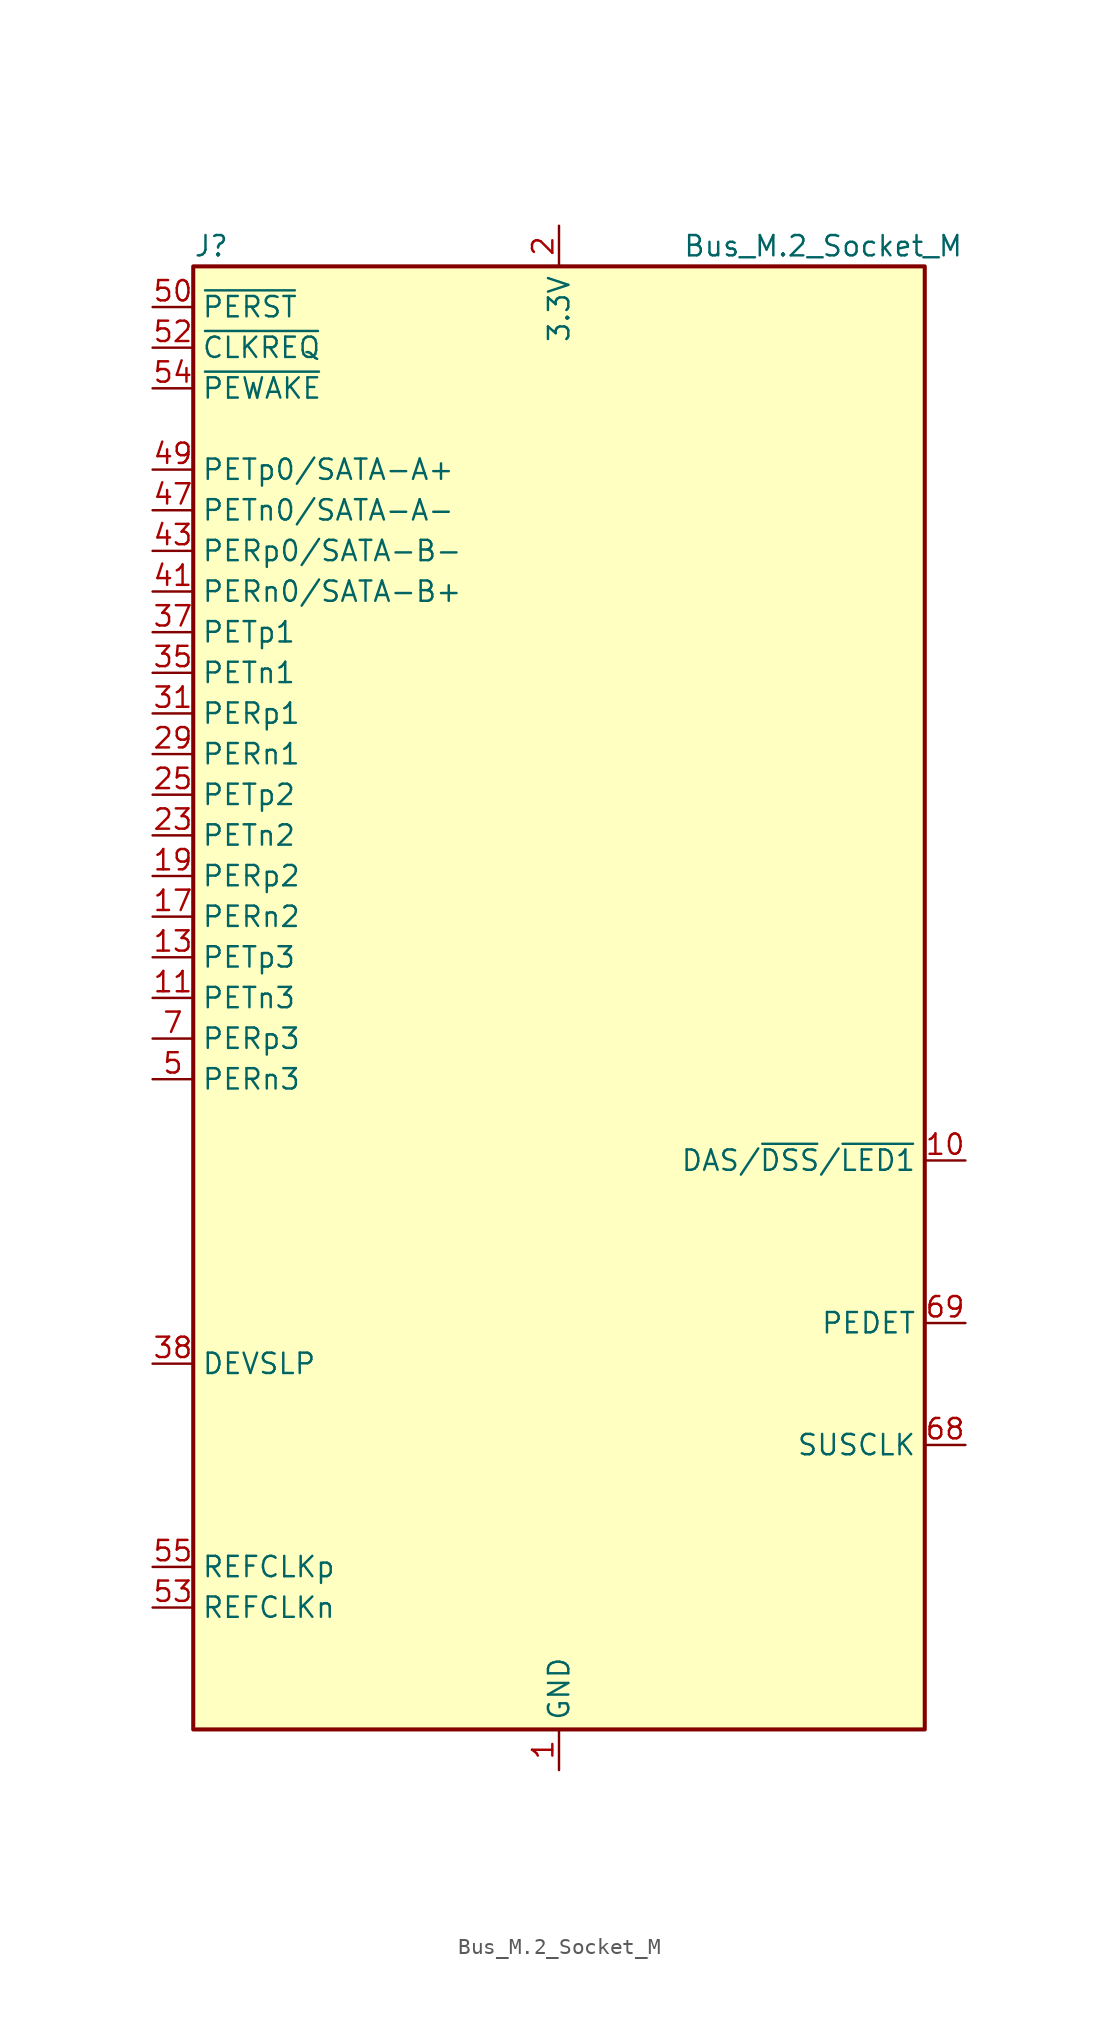
<source format=kicad_sym>
(kicad_symbol_lib
  (version 20220914)
  (generator kicad_symbol_editor)
  (symbol "Bus_M.2_Socket_M"
    (property "Reference" "J"
      (at -22.86 46.99 0)
      (effects (font (size 1.27 1.27)) (justify left)))
    (property "Value" "Bus_M.2_Socket_M"
      (at 16.51 46.99 0)
      (effects (font (size 1.27 1.27))))
    (symbol "Bus_M.2_Socket_M_0_1"
      (rectangle (start -22.86 45.72) (end 22.86 -45.72) (stroke (width 0.254) (type default)) (fill (type background))))
    (symbol "Bus_M.2_Socket_M_1_1"
      (pin power_in line (at 0 -48.26 90) (length 2.54) (name "GND" (effects (font (size 1.27 1.27)))) (number "1" (effects (font (size 1.27 1.27)))))
      (pin bidirectional line (at 25.4 -10.16 180) (length 2.54) (name "DAS/~{DSS}/~{LED1}" (effects (font (size 1.27 1.27)))) (number "10" (effects (font (size 1.27 1.27)))))
      (pin output line (at -25.4 0 0) (length 2.54) (name "PETn3" (effects (font (size 1.27 1.27)))) (number "11" (effects (font (size 1.27 1.27)))))
      (pin passive line (at 0 48.26 270) (length 2.54) hide (name "3.3V" (effects (font (size 1.27 1.27)))) (number "12" (effects (font (size 1.27 1.27)))))
      (pin output line (at -25.4 2.54 0) (length 2.54) (name "PETp3" (effects (font (size 1.27 1.27)))) (number "13" (effects (font (size 1.27 1.27)))))
      (pin passive line (at 0 48.26 270) (length 2.54) hide (name "3.3V" (effects (font (size 1.27 1.27)))) (number "14" (effects (font (size 1.27 1.27)))))
      (pin passive line (at 0 -48.26 90) (length 2.54) hide (name "GND" (effects (font (size 1.27 1.27)))) (number "15" (effects (font (size 1.27 1.27)))))
      (pin passive line (at 0 48.26 270) (length 2.54) hide (name "3.3V" (effects (font (size 1.27 1.27)))) (number "16" (effects (font (size 1.27 1.27)))))
      (pin input line (at -25.4 5.08 0) (length 2.54) (name "PERn2" (effects (font (size 1.27 1.27)))) (number "17" (effects (font (size 1.27 1.27)))))
      (pin passive line (at 0 48.26 270) (length 2.54) hide (name "3.3V" (effects (font (size 1.27 1.27)))) (number "18" (effects (font (size 1.27 1.27)))))
      (pin input line (at -25.4 7.62 0) (length 2.54) (name "PERp2" (effects (font (size 1.27 1.27)))) (number "19" (effects (font (size 1.27 1.27)))))
      (pin power_in line (at 0 48.26 270) (length 2.54) (name "3.3V" (effects (font (size 1.27 1.27)))) (number "2" (effects (font (size 1.27 1.27)))))
      (pin no_connect line (at 22.86 2.54 180) (length 2.54) hide (name "NC" (effects (font (size 1.27 1.27)))) (number "20" (effects (font (size 1.27 1.27)))))
      (pin passive line (at 0 -48.26 90) (length 2.54) hide (name "GND" (effects (font (size 1.27 1.27)))) (number "21" (effects (font (size 1.27 1.27)))))
      (pin no_connect line (at 22.86 5.08 180) (length 2.54) hide (name "NC" (effects (font (size 1.27 1.27)))) (number "22" (effects (font (size 1.27 1.27)))))
      (pin output line (at -25.4 10.16 0) (length 2.54) (name "PETn2" (effects (font (size 1.27 1.27)))) (number "23" (effects (font (size 1.27 1.27)))))
      (pin no_connect line (at 22.86 7.62 180) (length 2.54) hide (name "NC" (effects (font (size 1.27 1.27)))) (number "24" (effects (font (size 1.27 1.27)))))
      (pin output line (at -25.4 12.7 0) (length 2.54) (name "PETp2" (effects (font (size 1.27 1.27)))) (number "25" (effects (font (size 1.27 1.27)))))
      (pin no_connect line (at 22.86 10.16 180) (length 2.54) hide (name "NC" (effects (font (size 1.27 1.27)))) (number "26" (effects (font (size 1.27 1.27)))))
      (pin passive line (at 0 -48.26 90) (length 2.54) hide (name "GND" (effects (font (size 1.27 1.27)))) (number "27" (effects (font (size 1.27 1.27)))))
      (pin no_connect line (at 22.86 12.7 180) (length 2.54) hide (name "NC" (effects (font (size 1.27 1.27)))) (number "28" (effects (font (size 1.27 1.27)))))
      (pin input line (at -25.4 15.24 0) (length 2.54) (name "PERn1" (effects (font (size 1.27 1.27)))) (number "29" (effects (font (size 1.27 1.27)))))
      (pin passive line (at 0 -48.26 90) (length 2.54) hide (name "GND" (effects (font (size 1.27 1.27)))) (number "3" (effects (font (size 1.27 1.27)))))
      (pin no_connect line (at 22.86 15.24 180) (length 2.54) hide (name "NC" (effects (font (size 1.27 1.27)))) (number "30" (effects (font (size 1.27 1.27)))))
      (pin input line (at -25.4 17.78 0) (length 2.54) (name "PERp1" (effects (font (size 1.27 1.27)))) (number "31" (effects (font (size 1.27 1.27)))))
      (pin no_connect line (at 22.86 17.78 180) (length 2.54) hide (name "NC" (effects (font (size 1.27 1.27)))) (number "32" (effects (font (size 1.27 1.27)))))
      (pin passive line (at 0 -48.26 90) (length 2.54) hide (name "GND" (effects (font (size 1.27 1.27)))) (number "33" (effects (font (size 1.27 1.27)))))
      (pin no_connect line (at 22.86 20.32 180) (length 2.54) hide (name "NC" (effects (font (size 1.27 1.27)))) (number "34" (effects (font (size 1.27 1.27)))))
      (pin output line (at -25.4 20.32 0) (length 2.54) (name "PETn1" (effects (font (size 1.27 1.27)))) (number "35" (effects (font (size 1.27 1.27)))))
      (pin no_connect line (at 22.86 22.86 180) (length 2.54) hide (name "NC" (effects (font (size 1.27 1.27)))) (number "36" (effects (font (size 1.27 1.27)))))
      (pin output line (at -25.4 22.86 0) (length 2.54) (name "PETp1" (effects (font (size 1.27 1.27)))) (number "37" (effects (font (size 1.27 1.27)))))
      (pin output line (at -25.4 -22.86 0) (length 2.54) (name "DEVSLP" (effects (font (size 1.27 1.27)))) (number "38" (effects (font (size 1.27 1.27)))))
      (pin passive line (at 0 -48.26 90) (length 2.54) hide (name "GND" (effects (font (size 1.27 1.27)))) (number "39" (effects (font (size 1.27 1.27)))))
      (pin passive line (at 0 48.26 270) (length 2.54) hide (name "3.3V" (effects (font (size 1.27 1.27)))) (number "4" (effects (font (size 1.27 1.27)))))
      (pin no_connect line (at 22.86 25.4 180) (length 2.54) hide (name "NC" (effects (font (size 1.27 1.27)))) (number "40" (effects (font (size 1.27 1.27)))))
      (pin input line (at -25.4 25.4 0) (length 2.54) (name "PERn0/SATA-B+" (effects (font (size 1.27 1.27)))) (number "41" (effects (font (size 1.27 1.27)))))
      (pin no_connect line (at 22.86 27.94 180) (length 2.54) hide (name "NC" (effects (font (size 1.27 1.27)))) (number "42" (effects (font (size 1.27 1.27)))))
      (pin input line (at -25.4 27.94 0) (length 2.54) (name "PERp0/SATA-B-" (effects (font (size 1.27 1.27)))) (number "43" (effects (font (size 1.27 1.27)))))
      (pin no_connect line (at 22.86 30.48 180) (length 2.54) hide (name "NC" (effects (font (size 1.27 1.27)))) (number "44" (effects (font (size 1.27 1.27)))))
      (pin passive line (at 0 -48.26 90) (length 2.54) hide (name "GND" (effects (font (size 1.27 1.27)))) (number "45" (effects (font (size 1.27 1.27)))))
      (pin no_connect line (at 22.86 33.02 180) (length 2.54) hide (name "NC" (effects (font (size 1.27 1.27)))) (number "46" (effects (font (size 1.27 1.27)))))
      (pin output line (at -25.4 30.48 0) (length 2.54) (name "PETn0/SATA-A-" (effects (font (size 1.27 1.27)))) (number "47" (effects (font (size 1.27 1.27)))))
      (pin no_connect line (at 22.86 35.56 180) (length 2.54) hide (name "NC" (effects (font (size 1.27 1.27)))) (number "48" (effects (font (size 1.27 1.27)))))
      (pin output line (at -25.4 33.02 0) (length 2.54) (name "PETp0/SATA-A+" (effects (font (size 1.27 1.27)))) (number "49" (effects (font (size 1.27 1.27)))))
      (pin input line (at -25.4 -5.08 0) (length 2.54) (name "PERn3" (effects (font (size 1.27 1.27)))) (number "5" (effects (font (size 1.27 1.27)))))
      (pin output line (at -25.4 43.18 0) (length 2.54) (name "~{PERST}" (effects (font (size 1.27 1.27)))) (number "50" (effects (font (size 1.27 1.27)))))
      (pin passive line (at 0 -48.26 90) (length 2.54) hide (name "GND" (effects (font (size 1.27 1.27)))) (number "51" (effects (font (size 1.27 1.27)))))
      (pin bidirectional line (at -25.4 40.64 0) (length 2.54) (name "~{CLKREQ}" (effects (font (size 1.27 1.27)))) (number "52" (effects (font (size 1.27 1.27)))))
      (pin output line (at -25.4 -38.1 0) (length 2.54) (name "REFCLKn" (effects (font (size 1.27 1.27)))) (number "53" (effects (font (size 1.27 1.27)))))
      (pin bidirectional line (at -25.4 38.1 0) (length 2.54) (name "~{PEWAKE}" (effects (font (size 1.27 1.27)))) (number "54" (effects (font (size 1.27 1.27)))))
      (pin output line (at -25.4 -35.56 0) (length 2.54) (name "REFCLKp" (effects (font (size 1.27 1.27)))) (number "55" (effects (font (size 1.27 1.27)))))
      (pin no_connect line (at 22.86 38.1 180) (length 2.54) hide (name "NC" (effects (font (size 1.27 1.27)))) (number "56" (effects (font (size 1.27 1.27)))))
      (pin passive line (at 0 -48.26 90) (length 2.54) hide (name "GND" (effects (font (size 1.27 1.27)))) (number "57" (effects (font (size 1.27 1.27)))))
      (pin no_connect line (at 22.86 40.64 180) (length 2.54) hide (name "NC" (effects (font (size 1.27 1.27)))) (number "58" (effects (font (size 1.27 1.27)))))
      (pin no_connect line (at 22.86 -2.54 180) (length 2.54) hide (name "NC" (effects (font (size 1.27 1.27)))) (number "6" (effects (font (size 1.27 1.27)))))
      (pin no_connect line (at 22.86 -5.08 180) (length 2.54) hide (name "NC" (effects (font (size 1.27 1.27)))) (number "67" (effects (font (size 1.27 1.27)))))
      (pin output line (at 25.4 -27.94 180) (length 2.54) (name "SUSCLK" (effects (font (size 1.27 1.27)))) (number "68" (effects (font (size 1.27 1.27)))))
      (pin passive line (at 25.4 -20.32 180) (length 2.54) (name "PEDET" (effects (font (size 1.27 1.27)))) (number "69" (effects (font (size 1.27 1.27)))))
      (pin input line (at -25.4 -2.54 0) (length 2.54) (name "PERp3" (effects (font (size 1.27 1.27)))) (number "7" (effects (font (size 1.27 1.27)))))
      (pin passive line (at 0 48.26 270) (length 2.54) hide (name "3.3V" (effects (font (size 1.27 1.27)))) (number "70" (effects (font (size 1.27 1.27)))))
      (pin passive line (at 0 -48.26 90) (length 2.54) hide (name "GND" (effects (font (size 1.27 1.27)))) (number "71" (effects (font (size 1.27 1.27)))))
      (pin passive line (at 0 48.26 270) (length 2.54) hide (name "3.3V" (effects (font (size 1.27 1.27)))) (number "72" (effects (font (size 1.27 1.27)))))
      (pin passive line (at 0 -48.26 90) (length 2.54) hide (name "GND" (effects (font (size 1.27 1.27)))) (number "73" (effects (font (size 1.27 1.27)))))
      (pin passive line (at 0 48.26 270) (length 2.54) hide (name "3.3V" (effects (font (size 1.27 1.27)))) (number "74" (effects (font (size 1.27 1.27)))))
      (pin passive line (at 0 -48.26 90) (length 2.54) hide (name "GND" (effects (font (size 1.27 1.27)))) (number "75" (effects (font (size 1.27 1.27)))))
      (pin no_connect line (at 22.86 0 180) (length 2.54) hide (name "NC" (effects (font (size 1.27 1.27)))) (number "8" (effects (font (size 1.27 1.27)))))
      (pin passive line (at 0 -48.26 90) (length 2.54) hide (name "GND" (effects (font (size 1.27 1.27)))) (number "9" (effects (font (size 1.27 1.27))))))))
</source>
